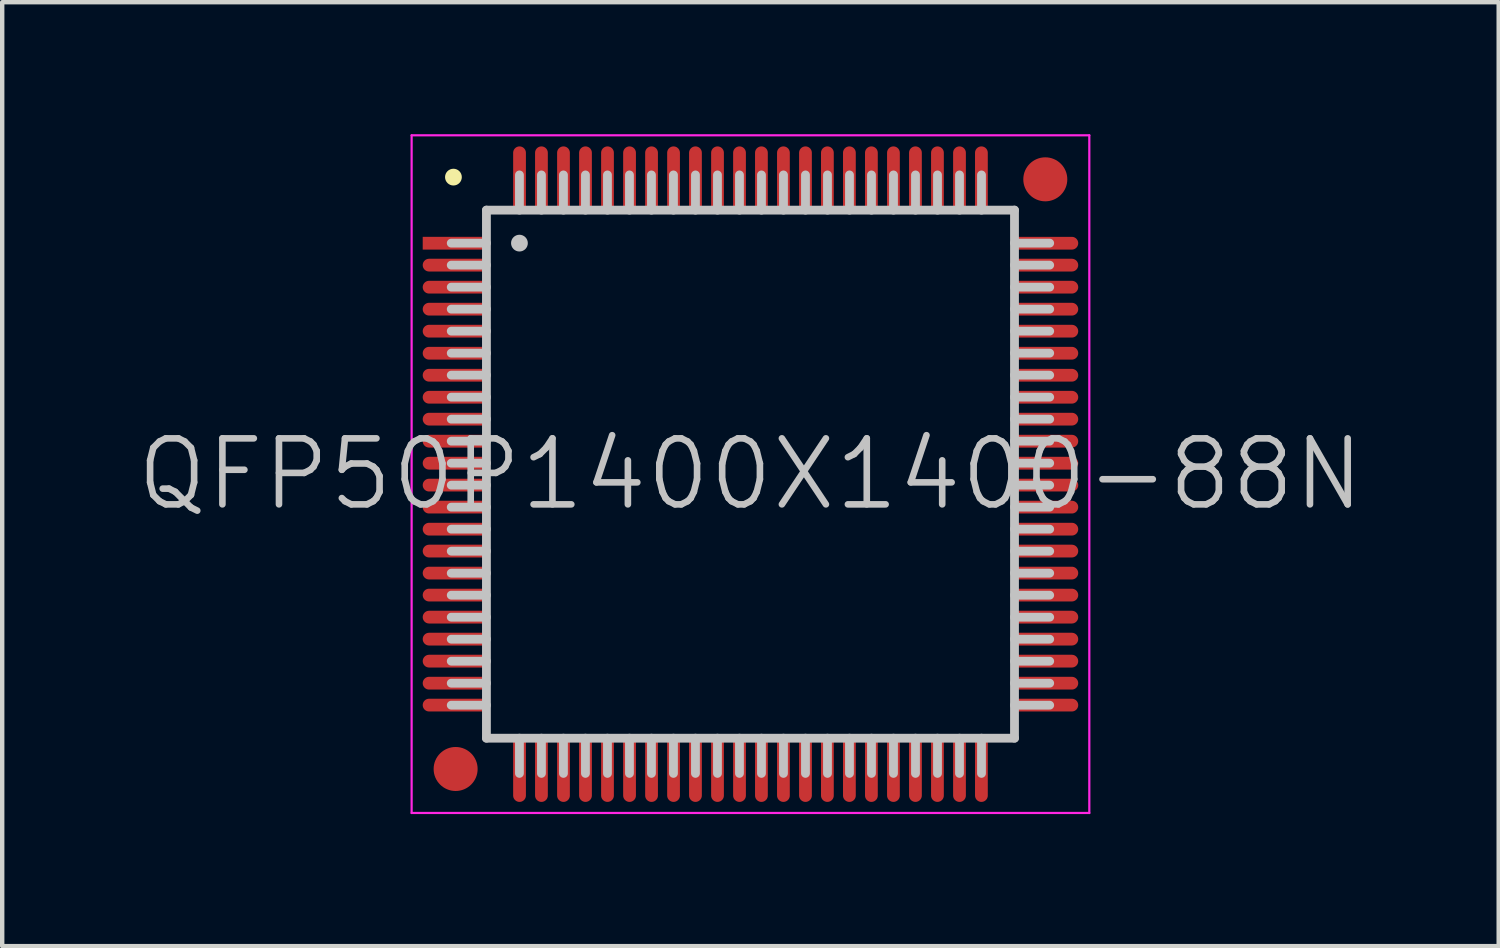
<source format=kicad_pcb>
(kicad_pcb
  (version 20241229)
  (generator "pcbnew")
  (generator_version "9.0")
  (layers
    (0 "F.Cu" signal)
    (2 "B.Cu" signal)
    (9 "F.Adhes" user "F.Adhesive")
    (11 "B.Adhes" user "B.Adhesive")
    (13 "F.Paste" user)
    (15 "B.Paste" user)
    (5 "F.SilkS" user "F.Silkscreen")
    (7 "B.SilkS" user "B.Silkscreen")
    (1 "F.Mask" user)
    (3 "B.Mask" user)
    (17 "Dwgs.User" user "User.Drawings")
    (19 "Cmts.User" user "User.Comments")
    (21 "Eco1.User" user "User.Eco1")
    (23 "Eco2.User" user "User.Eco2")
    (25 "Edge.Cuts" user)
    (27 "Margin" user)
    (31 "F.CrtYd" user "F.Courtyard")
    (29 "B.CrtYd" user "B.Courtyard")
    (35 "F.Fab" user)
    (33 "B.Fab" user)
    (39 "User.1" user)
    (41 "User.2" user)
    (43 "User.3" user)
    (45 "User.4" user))
  (footprint "QFP50P1400X1400-88N"
    (layer "F.Cu")
    (at 14.004 7.725)
    (property "Reference" "QFP50P1400X1400-88N" (at 0 0 0) (layer "Dwgs.User") (effects (font (size 1.5 1.5) (thickness 0.15))))
    (attr smd)
    (fp_line (start -6.75 -6.75) (end -6.75 -6.75) (stroke (width 0.381) (type solid)) (layer "F.SilkS"))
    (fp_line (start -6 -6) (end -6 6) (stroke (width 0.2) (type solid)) (layer "Dwgs.User"))
    (fp_line (start -6 -6) (end 6 -6) (stroke (width 0.2) (type solid)) (layer "Dwgs.User"))
    (fp_line (start -6 -5.25) (end -6.8 -5.25) (stroke (width 0.2) (type solid)) (layer "Dwgs.User"))
    (fp_line (start -6 -4.75) (end -6.8 -4.75) (stroke (width 0.2) (type solid)) (layer "Dwgs.User"))
    (fp_line (start -6 -4.25) (end -6.8 -4.25) (stroke (width 0.2) (type solid)) (layer "Dwgs.User"))
    (fp_line (start -6 -3.75) (end -6.8 -3.75) (stroke (width 0.2) (type solid)) (layer "Dwgs.User"))
    (fp_line (start -6 -3.25) (end -6.8 -3.25) (stroke (width 0.2) (type solid)) (layer "Dwgs.User"))
    (fp_line (start -6 -2.75) (end -6.8 -2.75) (stroke (width 0.2) (type solid)) (layer "Dwgs.User"))
    (fp_line (start -6 -2.25) (end -6.8 -2.25) (stroke (width 0.2) (type solid)) (layer "Dwgs.User"))
    (fp_line (start -6 -1.75) (end -6.8 -1.75) (stroke (width 0.2) (type solid)) (layer "Dwgs.User"))
    (fp_line (start -6 -1.25) (end -6.8 -1.25) (stroke (width 0.2) (type solid)) (layer "Dwgs.User"))
    (fp_line (start -6 -0.75) (end -6.8 -0.75) (stroke (width 0.2) (type solid)) (layer "Dwgs.User"))
    (fp_line (start -6 -0.25) (end -6.8 -0.25) (stroke (width 0.2) (type solid)) (layer "Dwgs.User"))
    (fp_line (start -6 0.25) (end -6.8 0.25) (stroke (width 0.2) (type solid)) (layer "Dwgs.User"))
    (fp_line (start -6 0.75) (end -6.8 0.75) (stroke (width 0.2) (type solid)) (layer "Dwgs.User"))
    (fp_line (start -6 1.25) (end -6.8 1.25) (stroke (width 0.2) (type solid)) (layer "Dwgs.User"))
    (fp_line (start -6 1.75) (end -6.8 1.75) (stroke (width 0.2) (type solid)) (layer "Dwgs.User"))
    (fp_line (start -6 2.25) (end -6.8 2.25) (stroke (width 0.2) (type solid)) (layer "Dwgs.User"))
    (fp_line (start -6 2.75) (end -6.8 2.75) (stroke (width 0.2) (type solid)) (layer "Dwgs.User"))
    (fp_line (start -6 3.25) (end -6.8 3.25) (stroke (width 0.2) (type solid)) (layer "Dwgs.User"))
    (fp_line (start -6 3.75) (end -6.8 3.75) (stroke (width 0.2) (type solid)) (layer "Dwgs.User"))
    (fp_line (start -6 4.25) (end -6.8 4.25) (stroke (width 0.2) (type solid)) (layer "Dwgs.User"))
    (fp_line (start -6 4.75) (end -6.8 4.75) (stroke (width 0.2) (type solid)) (layer "Dwgs.User"))
    (fp_line (start -6 5.25) (end -6.8 5.25) (stroke (width 0.2) (type solid)) (layer "Dwgs.User"))
    (fp_line (start -6 6) (end 6 6) (stroke (width 0.2) (type solid)) (layer "Dwgs.User"))
    (fp_line (start -5.25 -6) (end -5.25 -6.8) (stroke (width 0.2) (type solid)) (layer "Dwgs.User"))
    (fp_line (start -5.25 -5.25) (end -5.25 -5.25) (stroke (width 0.381) (type solid)) (layer "Dwgs.User"))
    (fp_line (start -5.25 6.8) (end -5.25 6) (stroke (width 0.2) (type solid)) (layer "Dwgs.User"))
    (fp_line (start -4.75 -6) (end -4.75 -6.8) (stroke (width 0.2) (type solid)) (layer "Dwgs.User"))
    (fp_line (start -4.75 6.8) (end -4.75 6) (stroke (width 0.2) (type solid)) (layer "Dwgs.User"))
    (fp_line (start -4.25 -6) (end -4.25 -6.8) (stroke (width 0.2) (type solid)) (layer "Dwgs.User"))
    (fp_line (start -4.25 6.8) (end -4.25 6) (stroke (width 0.2) (type solid)) (layer "Dwgs.User"))
    (fp_line (start -3.75 -6) (end -3.75 -6.8) (stroke (width 0.2) (type solid)) (layer "Dwgs.User"))
    (fp_line (start -3.75 6.8) (end -3.75 6) (stroke (width 0.2) (type solid)) (layer "Dwgs.User"))
    (fp_line (start -3.25 -6) (end -3.25 -6.8) (stroke (width 0.2) (type solid)) (layer "Dwgs.User"))
    (fp_line (start -3.25 6.8) (end -3.25 6) (stroke (width 0.2) (type solid)) (layer "Dwgs.User"))
    (fp_line (start -2.75 -6) (end -2.75 -6.8) (stroke (width 0.2) (type solid)) (layer "Dwgs.User"))
    (fp_line (start -2.75 6.8) (end -2.75 6) (stroke (width 0.2) (type solid)) (layer "Dwgs.User"))
    (fp_line (start -2.25 -6) (end -2.25 -6.8) (stroke (width 0.2) (type solid)) (layer "Dwgs.User"))
    (fp_line (start -2.25 6.8) (end -2.25 6) (stroke (width 0.2) (type solid)) (layer "Dwgs.User"))
    (fp_line (start -1.75 -6) (end -1.75 -6.8) (stroke (width 0.2) (type solid)) (layer "Dwgs.User"))
    (fp_line (start -1.75 6.8) (end -1.75 6) (stroke (width 0.2) (type solid)) (layer "Dwgs.User"))
    (fp_line (start -1.25 -6) (end -1.25 -6.8) (stroke (width 0.2) (type solid)) (layer "Dwgs.User"))
    (fp_line (start -1.25 6.8) (end -1.25 6) (stroke (width 0.2) (type solid)) (layer "Dwgs.User"))
    (fp_line (start -0.75 -6) (end -0.75 -6.8) (stroke (width 0.2) (type solid)) (layer "Dwgs.User"))
    (fp_line (start -0.75 6.8) (end -0.75 6) (stroke (width 0.2) (type solid)) (layer "Dwgs.User"))
    (fp_line (start -0.25 -6) (end -0.25 -6.8) (stroke (width 0.2) (type solid)) (layer "Dwgs.User"))
    (fp_line (start -0.25 6.8) (end -0.25 6) (stroke (width 0.2) (type solid)) (layer "Dwgs.User"))
    (fp_line (start 0.25 -6) (end 0.25 -6.8) (stroke (width 0.2) (type solid)) (layer "Dwgs.User"))
    (fp_line (start 0.25 6.8) (end 0.25 6) (stroke (width 0.2) (type solid)) (layer "Dwgs.User"))
    (fp_line (start 0.75 -6) (end 0.75 -6.8) (stroke (width 0.2) (type solid)) (layer "Dwgs.User"))
    (fp_line (start 0.75 6.8) (end 0.75 6) (stroke (width 0.2) (type solid)) (layer "Dwgs.User"))
    (fp_line (start 1.25 -6) (end 1.25 -6.8) (stroke (width 0.2) (type solid)) (layer "Dwgs.User"))
    (fp_line (start 1.25 6.8) (end 1.25 6) (stroke (width 0.2) (type solid)) (layer "Dwgs.User"))
    (fp_line (start 1.75 -6) (end 1.75 -6.8) (stroke (width 0.2) (type solid)) (layer "Dwgs.User"))
    (fp_line (start 1.75 6.8) (end 1.75 6) (stroke (width 0.2) (type solid)) (layer "Dwgs.User"))
    (fp_line (start 2.25 -6) (end 2.25 -6.8) (stroke (width 0.2) (type solid)) (layer "Dwgs.User"))
    (fp_line (start 2.25 6.8) (end 2.25 6) (stroke (width 0.2) (type solid)) (layer "Dwgs.User"))
    (fp_line (start 2.75 -6) (end 2.75 -6.8) (stroke (width 0.2) (type solid)) (layer "Dwgs.User"))
    (fp_line (start 2.75 6.8) (end 2.75 6) (stroke (width 0.2) (type solid)) (layer "Dwgs.User"))
    (fp_line (start 3.25 -6) (end 3.25 -6.8) (stroke (width 0.2) (type solid)) (layer "Dwgs.User"))
    (fp_line (start 3.25 6.8) (end 3.25 6) (stroke (width 0.2) (type solid)) (layer "Dwgs.User"))
    (fp_line (start 3.75 -6) (end 3.75 -6.8) (stroke (width 0.2) (type solid)) (layer "Dwgs.User"))
    (fp_line (start 3.75 6.8) (end 3.75 6) (stroke (width 0.2) (type solid)) (layer "Dwgs.User"))
    (fp_line (start 4.25 -6) (end 4.25 -6.8) (stroke (width 0.2) (type solid)) (layer "Dwgs.User"))
    (fp_line (start 4.25 6.8) (end 4.25 6) (stroke (width 0.2) (type solid)) (layer "Dwgs.User"))
    (fp_line (start 4.75 -6) (end 4.75 -6.8) (stroke (width 0.2) (type solid)) (layer "Dwgs.User"))
    (fp_line (start 4.75 6.8) (end 4.75 6) (stroke (width 0.2) (type solid)) (layer "Dwgs.User"))
    (fp_line (start 5.25 -6) (end 5.25 -6.8) (stroke (width 0.2) (type solid)) (layer "Dwgs.User"))
    (fp_line (start 5.25 6.8) (end 5.25 6) (stroke (width 0.2) (type solid)) (layer "Dwgs.User"))
    (fp_line (start 6 -6) (end 6 6) (stroke (width 0.2) (type solid)) (layer "Dwgs.User"))
    (fp_line (start 6.8 -5.25) (end 6 -5.25) (stroke (width 0.2) (type solid)) (layer "Dwgs.User"))
    (fp_line (start 6.8 -4.75) (end 6 -4.75) (stroke (width 0.2) (type solid)) (layer "Dwgs.User"))
    (fp_line (start 6.8 -4.25) (end 6 -4.25) (stroke (width 0.2) (type solid)) (layer "Dwgs.User"))
    (fp_line (start 6.8 -3.75) (end 6 -3.75) (stroke (width 0.2) (type solid)) (layer "Dwgs.User"))
    (fp_line (start 6.8 -3.25) (end 6 -3.25) (stroke (width 0.2) (type solid)) (layer "Dwgs.User"))
    (fp_line (start 6.8 -2.75) (end 6 -2.75) (stroke (width 0.2) (type solid)) (layer "Dwgs.User"))
    (fp_line (start 6.8 -2.25) (end 6 -2.25) (stroke (width 0.2) (type solid)) (layer "Dwgs.User"))
    (fp_line (start 6.8 -1.75) (end 6 -1.75) (stroke (width 0.2) (type solid)) (layer "Dwgs.User"))
    (fp_line (start 6.8 -1.25) (end 6 -1.25) (stroke (width 0.2) (type solid)) (layer "Dwgs.User"))
    (fp_line (start 6.8 -0.75) (end 6 -0.75) (stroke (width 0.2) (type solid)) (layer "Dwgs.User"))
    (fp_line (start 6.8 -0.25) (end 6 -0.25) (stroke (width 0.2) (type solid)) (layer "Dwgs.User"))
    (fp_line (start 6.8 0.25) (end 6 0.25) (stroke (width 0.2) (type solid)) (layer "Dwgs.User"))
    (fp_line (start 6.8 0.75) (end 6 0.75) (stroke (width 0.2) (type solid)) (layer "Dwgs.User"))
    (fp_line (start 6.8 1.25) (end 6 1.25) (stroke (width 0.2) (type solid)) (layer "Dwgs.User"))
    (fp_line (start 6.8 1.75) (end 6 1.75) (stroke (width 0.2) (type solid)) (layer "Dwgs.User"))
    (fp_line (start 6.8 2.25) (end 6 2.25) (stroke (width 0.2) (type solid)) (layer "Dwgs.User"))
    (fp_line (start 6.8 2.75) (end 6 2.75) (stroke (width 0.2) (type solid)) (layer "Dwgs.User"))
    (fp_line (start 6.8 3.25) (end 6 3.25) (stroke (width 0.2) (type solid)) (layer "Dwgs.User"))
    (fp_line (start 6.8 3.75) (end 6 3.75) (stroke (width 0.2) (type solid)) (layer "Dwgs.User"))
    (fp_line (start 6.8 4.25) (end 6 4.25) (stroke (width 0.2) (type solid)) (layer "Dwgs.User"))
    (fp_line (start 6.8 4.75) (end 6 4.75) (stroke (width 0.2) (type solid)) (layer "Dwgs.User"))
    (fp_line (start 6.8 5.25) (end 6 5.25) (stroke (width 0.2) (type solid)) (layer "Dwgs.User"))
    (fp_line (start -7.7 -7.7) (end -7.7 7.7) (stroke (width 0.05) (type solid)) (layer "F.CrtYd"))
    (fp_line (start -7.7 -7.7) (end 7.7 -7.7) (stroke (width 0.05) (type solid)) (layer "F.CrtYd"))
    (fp_line (start -7.7 7.7) (end 7.7 7.7) (stroke (width 0.05) (type solid)) (layer "F.CrtYd"))
    (fp_line (start 7.7 -7.7) (end 7.7 7.7) (stroke (width 0.05) (type solid)) (layer "F.CrtYd"))
    (pad "" smd circle (at -6.7 6.7) (size 1 1) (layers "F.Cu" "F.Mask"))
    (pad "" smd circle (at 6.7 -6.7) (size 1 1) (layers "F.Cu" "F.Mask"))
    (pad "1" smd rect (at -6.698 -5.248 90) (size 0.29 1.5) (layers "F.Cu" "F.Mask" "F.Paste"))
    (pad "2" smd oval (at -6.698 -4.75 90) (size 0.29 1.5) (layers "F.Cu" "F.Mask" "F.Paste"))
    (pad "3" smd oval (at -6.698 -4.249 90) (size 0.29 1.5) (layers "F.Cu" "F.Mask" "F.Paste"))
    (pad "4" smd oval (at -6.698 -3.749 90) (size 0.29 1.5) (layers "F.Cu" "F.Mask" "F.Paste"))
    (pad "5" smd oval (at -6.698 -3.249 90) (size 0.29 1.5) (layers "F.Cu" "F.Mask" "F.Paste"))
    (pad "6" smd oval (at -6.698 -2.748 90) (size 0.29 1.5) (layers "F.Cu" "F.Mask" "F.Paste"))
    (pad "7" smd oval (at -6.698 -2.248 90) (size 0.29 1.5) (layers "F.Cu" "F.Mask" "F.Paste"))
    (pad "8" smd oval (at -6.698 -1.748 90) (size 0.29 1.5) (layers "F.Cu" "F.Mask" "F.Paste"))
    (pad "9" smd oval (at -6.698 -1.25 90) (size 0.29 1.5) (layers "F.Cu" "F.Mask" "F.Paste"))
    (pad "10" smd oval (at -6.698 -0.749 90) (size 0.29 1.5) (layers "F.Cu" "F.Mask" "F.Paste"))
    (pad "11" smd oval (at -6.698 -0.249 90) (size 0.29 1.5) (layers "F.Cu" "F.Mask" "F.Paste"))
    (pad "12" smd oval (at -6.698 0.249 90) (size 0.29 1.5) (layers "F.Cu" "F.Mask" "F.Paste"))
    (pad "13" smd oval (at -6.698 0.749 90) (size 0.29 1.5) (layers "F.Cu" "F.Mask" "F.Paste"))
    (pad "14" smd oval (at -6.698 1.25 90) (size 0.29 1.5) (layers "F.Cu" "F.Mask" "F.Paste"))
    (pad "15" smd oval (at -6.698 1.748 90) (size 0.29 1.5) (layers "F.Cu" "F.Mask" "F.Paste"))
    (pad "16" smd oval (at -6.698 2.248 90) (size 0.29 1.5) (layers "F.Cu" "F.Mask" "F.Paste"))
    (pad "17" smd oval (at -6.698 2.748 90) (size 0.29 1.5) (layers "F.Cu" "F.Mask" "F.Paste"))
    (pad "18" smd oval (at -6.698 3.249 90) (size 0.29 1.5) (layers "F.Cu" "F.Mask" "F.Paste"))
    (pad "19" smd oval (at -6.698 3.749 90) (size 0.29 1.5) (layers "F.Cu" "F.Mask" "F.Paste"))
    (pad "20" smd oval (at -6.698 4.249 90) (size 0.29 1.5) (layers "F.Cu" "F.Mask" "F.Paste"))
    (pad "21" smd oval (at -6.698 4.75 90) (size 0.29 1.5) (layers "F.Cu" "F.Mask" "F.Paste"))
    (pad "22" smd oval (at -6.698 5.248 90) (size 0.29 1.5) (layers "F.Cu" "F.Mask" "F.Paste"))
    (pad "23" smd oval (at -5.248 6.698 180) (size 0.29 1.5) (layers "F.Cu" "F.Mask" "F.Paste"))
    (pad "24" smd oval (at -4.75 6.698 180) (size 0.29 1.5) (layers "F.Cu" "F.Mask" "F.Paste"))
    (pad "25" smd oval (at -4.249 6.698 180) (size 0.29 1.5) (layers "F.Cu" "F.Mask" "F.Paste"))
    (pad "26" smd oval (at -3.749 6.698 180) (size 0.29 1.5) (layers "F.Cu" "F.Mask" "F.Paste"))
    (pad "27" smd oval (at -3.249 6.698 180) (size 0.29 1.5) (layers "F.Cu" "F.Mask" "F.Paste"))
    (pad "28" smd oval (at -2.748 6.698 180) (size 0.29 1.5) (layers "F.Cu" "F.Mask" "F.Paste"))
    (pad "29" smd oval (at -2.248 6.698 180) (size 0.29 1.5) (layers "F.Cu" "F.Mask" "F.Paste"))
    (pad "30" smd oval (at -1.748 6.698 180) (size 0.29 1.5) (layers "F.Cu" "F.Mask" "F.Paste"))
    (pad "31" smd oval (at -1.25 6.698 180) (size 0.29 1.5) (layers "F.Cu" "F.Mask" "F.Paste"))
    (pad "32" smd oval (at -0.749 6.698 180) (size 0.29 1.5) (layers "F.Cu" "F.Mask" "F.Paste"))
    (pad "33" smd oval (at -0.249 6.698 180) (size 0.29 1.5) (layers "F.Cu" "F.Mask" "F.Paste"))
    (pad "34" smd oval (at 0.249 6.698 180) (size 0.29 1.5) (layers "F.Cu" "F.Mask" "F.Paste"))
    (pad "35" smd oval (at 0.749 6.698 180) (size 0.29 1.5) (layers "F.Cu" "F.Mask" "F.Paste"))
    (pad "36" smd oval (at 1.25 6.698 180) (size 0.29 1.5) (layers "F.Cu" "F.Mask" "F.Paste"))
    (pad "37" smd oval (at 1.748 6.698 180) (size 0.29 1.5) (layers "F.Cu" "F.Mask" "F.Paste"))
    (pad "38" smd oval (at 2.248 6.698 180) (size 0.29 1.5) (layers "F.Cu" "F.Mask" "F.Paste"))
    (pad "39" smd oval (at 2.748 6.698 180) (size 0.29 1.5) (layers "F.Cu" "F.Mask" "F.Paste"))
    (pad "40" smd oval (at 3.249 6.698 180) (size 0.29 1.5) (layers "F.Cu" "F.Mask" "F.Paste"))
    (pad "41" smd oval (at 3.749 6.698 180) (size 0.29 1.5) (layers "F.Cu" "F.Mask" "F.Paste"))
    (pad "42" smd oval (at 4.249 6.698 180) (size 0.29 1.5) (layers "F.Cu" "F.Mask" "F.Paste"))
    (pad "43" smd oval (at 4.75 6.698 180) (size 0.29 1.5) (layers "F.Cu" "F.Mask" "F.Paste"))
    (pad "44" smd oval (at 5.248 6.698 180) (size 0.29 1.5) (layers "F.Cu" "F.Mask" "F.Paste"))
    (pad "45" smd oval (at 6.698 5.248 270) (size 0.29 1.5) (layers "F.Cu" "F.Mask" "F.Paste"))
    (pad "46" smd oval (at 6.698 4.75 270) (size 0.29 1.5) (layers "F.Cu" "F.Mask" "F.Paste"))
    (pad "47" smd oval (at 6.698 4.249 270) (size 0.29 1.5) (layers "F.Cu" "F.Mask" "F.Paste"))
    (pad "48" smd oval (at 6.698 3.749 270) (size 0.29 1.5) (layers "F.Cu" "F.Mask" "F.Paste"))
    (pad "49" smd oval (at 6.698 3.249 270) (size 0.29 1.5) (layers "F.Cu" "F.Mask" "F.Paste"))
    (pad "50" smd oval (at 6.698 2.748 270) (size 0.29 1.5) (layers "F.Cu" "F.Mask" "F.Paste"))
    (pad "51" smd oval (at 6.698 2.248 270) (size 0.29 1.5) (layers "F.Cu" "F.Mask" "F.Paste"))
    (pad "52" smd oval (at 6.698 1.748 270) (size 0.29 1.5) (layers "F.Cu" "F.Mask" "F.Paste"))
    (pad "53" smd oval (at 6.698 1.25 270) (size 0.29 1.5) (layers "F.Cu" "F.Mask" "F.Paste"))
    (pad "54" smd oval (at 6.698 0.749 270) (size 0.29 1.5) (layers "F.Cu" "F.Mask" "F.Paste"))
    (pad "55" smd oval (at 6.698 0.249 270) (size 0.29 1.5) (layers "F.Cu" "F.Mask" "F.Paste"))
    (pad "56" smd oval (at 6.698 -0.249 270) (size 0.29 1.5) (layers "F.Cu" "F.Mask" "F.Paste"))
    (pad "57" smd oval (at 6.698 -0.749 270) (size 0.29 1.5) (layers "F.Cu" "F.Mask" "F.Paste"))
    (pad "58" smd oval (at 6.698 -1.25 270) (size 0.29 1.5) (layers "F.Cu" "F.Mask" "F.Paste"))
    (pad "59" smd oval (at 6.698 -1.748 270) (size 0.29 1.5) (layers "F.Cu" "F.Mask" "F.Paste"))
    (pad "60" smd oval (at 6.698 -2.248 270) (size 0.29 1.5) (layers "F.Cu" "F.Mask" "F.Paste"))
    (pad "61" smd oval (at 6.698 -2.748 270) (size 0.29 1.5) (layers "F.Cu" "F.Mask" "F.Paste"))
    (pad "62" smd oval (at 6.698 -3.249 270) (size 0.29 1.5) (layers "F.Cu" "F.Mask" "F.Paste"))
    (pad "63" smd oval (at 6.698 -3.749 270) (size 0.29 1.5) (layers "F.Cu" "F.Mask" "F.Paste"))
    (pad "64" smd oval (at 6.698 -4.249 270) (size 0.29 1.5) (layers "F.Cu" "F.Mask" "F.Paste"))
    (pad "65" smd oval (at 6.698 -4.75 270) (size 0.29 1.5) (layers "F.Cu" "F.Mask" "F.Paste"))
    (pad "66" smd oval (at 6.698 -5.248 270) (size 0.29 1.5) (layers "F.Cu" "F.Mask" "F.Paste"))
    (pad "67" smd oval (at 5.248 -6.698) (size 0.29 1.5) (layers "F.Cu" "F.Mask" "F.Paste"))
    (pad "68" smd oval (at 4.75 -6.698) (size 0.29 1.5) (layers "F.Cu" "F.Mask" "F.Paste"))
    (pad "69" smd oval (at 4.249 -6.698) (size 0.29 1.5) (layers "F.Cu" "F.Mask" "F.Paste"))
    (pad "70" smd oval (at 3.749 -6.698) (size 0.29 1.5) (layers "F.Cu" "F.Mask" "F.Paste"))
    (pad "71" smd oval (at 3.249 -6.698) (size 0.29 1.5) (layers "F.Cu" "F.Mask" "F.Paste"))
    (pad "72" smd oval (at 2.748 -6.698) (size 0.29 1.5) (layers "F.Cu" "F.Mask" "F.Paste"))
    (pad "73" smd oval (at 2.248 -6.698) (size 0.29 1.5) (layers "F.Cu" "F.Mask" "F.Paste"))
    (pad "74" smd oval (at 1.748 -6.698) (size 0.29 1.5) (layers "F.Cu" "F.Mask" "F.Paste"))
    (pad "75" smd oval (at 1.25 -6.698) (size 0.29 1.5) (layers "F.Cu" "F.Mask" "F.Paste"))
    (pad "76" smd oval (at 0.749 -6.698) (size 0.29 1.5) (layers "F.Cu" "F.Mask" "F.Paste"))
    (pad "77" smd oval (at 0.249 -6.698) (size 0.29 1.5) (layers "F.Cu" "F.Mask" "F.Paste"))
    (pad "78" smd oval (at -0.249 -6.698) (size 0.29 1.5) (layers "F.Cu" "F.Mask" "F.Paste"))
    (pad "79" smd oval (at -0.749 -6.698) (size 0.29 1.5) (layers "F.Cu" "F.Mask" "F.Paste"))
    (pad "80" smd oval (at -1.25 -6.698) (size 0.29 1.5) (layers "F.Cu" "F.Mask" "F.Paste"))
    (pad "81" smd oval (at -1.748 -6.698) (size 0.29 1.5) (layers "F.Cu" "F.Mask" "F.Paste"))
    (pad "82" smd oval (at -2.248 -6.698) (size 0.29 1.5) (layers "F.Cu" "F.Mask" "F.Paste"))
    (pad "83" smd oval (at -2.748 -6.698) (size 0.29 1.5) (layers "F.Cu" "F.Mask" "F.Paste"))
    (pad "84" smd oval (at -3.249 -6.698) (size 0.29 1.5) (layers "F.Cu" "F.Mask" "F.Paste"))
    (pad "85" smd oval (at -3.749 -6.698) (size 0.29 1.5) (layers "F.Cu" "F.Mask" "F.Paste"))
    (pad "86" smd oval (at -4.249 -6.698) (size 0.29 1.5) (layers "F.Cu" "F.Mask" "F.Paste"))
    (pad "87" smd oval (at -4.75 -6.698) (size 0.29 1.5) (layers "F.Cu" "F.Mask" "F.Paste"))
    (pad "88" smd oval (at -5.248 -6.698) (size 0.29 1.5) (layers "F.Cu" "F.Mask" "F.Paste")))
  (gr_rect
    (start -3 -3)
    (end 31.007 18.45)
    (stroke (width 0.1) (type default))
    (fill no)
    (layer "Edge.Cuts")))
</source>
